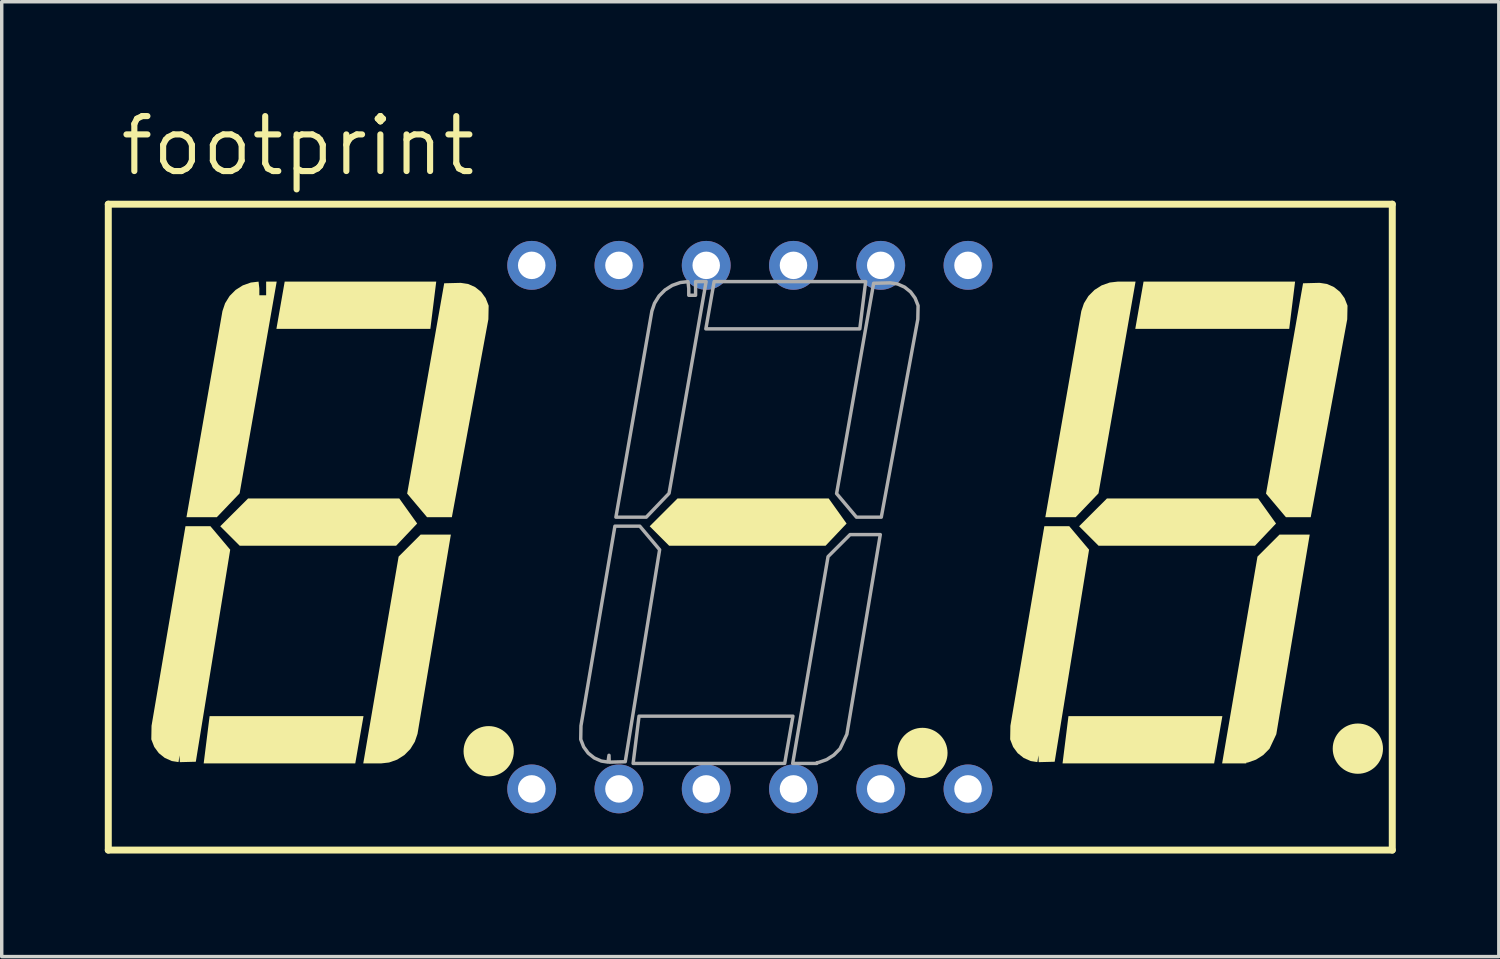
<source format=kicad_pcb>
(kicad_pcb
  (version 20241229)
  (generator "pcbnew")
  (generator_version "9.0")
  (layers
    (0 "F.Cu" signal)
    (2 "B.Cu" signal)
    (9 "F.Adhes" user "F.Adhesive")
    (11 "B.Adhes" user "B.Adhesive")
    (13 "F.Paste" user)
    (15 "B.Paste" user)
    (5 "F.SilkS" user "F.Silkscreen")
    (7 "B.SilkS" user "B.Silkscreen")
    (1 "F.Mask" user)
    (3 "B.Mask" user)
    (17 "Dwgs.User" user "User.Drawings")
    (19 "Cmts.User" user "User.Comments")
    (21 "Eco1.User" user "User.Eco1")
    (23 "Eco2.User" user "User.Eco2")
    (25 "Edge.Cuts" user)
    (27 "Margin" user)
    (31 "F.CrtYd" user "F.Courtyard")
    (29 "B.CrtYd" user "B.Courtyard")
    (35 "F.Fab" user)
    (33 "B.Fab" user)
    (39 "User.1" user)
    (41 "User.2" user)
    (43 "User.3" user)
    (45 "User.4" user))
  (footprint "footprint"
    (layer "F.Cu")
    (at 18.777 12.294)
    (property "Reference" "footprint" (at -18.415 -10.16 0) (layer "F.SilkS") (effects (font (size 1.6 1.6) (thickness 0.178)) (justify left bottom)))
    (fp_line (start -18.675 -9.4) (end 18.7 -9.4) (stroke (width 0.203) (type solid)) (layer "F.SilkS"))
    (fp_line (start -18.675 9.4) (end -18.675 -9.4) (stroke (width 0.203) (type solid)) (layer "F.SilkS"))
    (fp_line (start 18.7 -9.4) (end 18.7 9.4) (stroke (width 0.203) (type solid)) (layer "F.SilkS"))
    (fp_line (start 18.7 9.4) (end -18.675 9.4) (stroke (width 0.203) (type solid)) (layer "F.SilkS"))
    (fp_circle (center -7.602 6.523) (end -7.236 6.523) (stroke (width 0.731) (type solid)) (fill yes) (layer "F.SilkS"))
    (fp_circle (center 5.023 6.573) (end 5.389 6.573) (stroke (width 0.731) (type solid)) (fill yes) (layer "F.SilkS"))
    (fp_circle (center 17.698 6.448) (end 18.064 6.448) (stroke (width 0.731) (type solid)) (fill yes) (layer "F.SilkS"))
    (fp_poly (pts (xy -11.486 6.878) (xy -15.898 6.878) (xy -15.726 5.502) (xy -11.246 5.502)) (stroke (width 0) (type solid)) (fill yes) (layer "F.SilkS"))
    (fp_poly (pts (xy -9.3 -5.771) (xy -13.781 -5.771) (xy -13.54 -7.147) (xy -9.129 -7.147)) (stroke (width 0) (type solid)) (fill yes) (layer "F.SilkS"))
    (fp_poly (pts (xy 13.514 6.878) (xy 9.102 6.878) (xy 9.274 5.502) (xy 13.754 5.502)) (stroke (width 0) (type solid)) (fill yes) (layer "F.SilkS"))
    (fp_poly (pts (xy 15.7 -5.771) (xy 11.219 -5.771) (xy 11.46 -7.147) (xy 15.871 -7.147)) (stroke (width 0) (type solid)) (fill yes) (layer "F.SilkS"))
    (fp_poly (pts (xy -9.684 -0.105) (xy -10.296 0.541) (xy -14.85 0.541) (xy -15.416 -0.025) (xy -14.605 -0.835) (xy -10.205 -0.835)) (stroke (width 0) (type solid)) (fill yes) (layer "F.SilkS"))
    (fp_poly (pts (xy 2.816 -0.105) (xy 2.204 0.541) (xy -2.35 0.541) (xy -2.916 -0.025) (xy -2.105 -0.835) (xy 2.295 -0.835)) (stroke (width 0) (type solid)) (fill yes) (layer "F.SilkS"))
    (fp_poly (pts (xy 15.316 -0.105) (xy 14.704 0.541) (xy 10.15 0.541) (xy 9.584 -0.025) (xy 10.395 -0.835) (xy 14.795 -0.835)) (stroke (width 0) (type solid)) (fill yes) (layer "F.SilkS"))
    (fp_poly (pts (xy -9.674 6.018) (xy -9.752 6.247) (xy -9.883 6.459) (xy -10.057 6.635) (xy -10.267 6.768) (xy -10.501 6.851) (xy -10.737 6.878) (xy -11.253 6.878) (xy -10.224 0.858) (xy -9.583 0.217) (xy -8.703 0.217)) (stroke (width 0) (type solid)) (fill yes) (layer "F.SilkS"))
    (fp_poly (pts (xy 10.148 -0.983) (xy 9.485 -0.29) (xy 8.601 -0.29) (xy 9.648 -6.288) (xy 9.725 -6.516) (xy 9.856 -6.728) (xy 10.031 -6.904) (xy 10.24 -7.037) (xy 10.475 -7.12) (xy 10.71 -7.147) (xy 11.227 -7.147)) (stroke (width 0) (type solid)) (fill yes) (layer "F.SilkS"))
    (fp_poly (pts (xy 15.324 6.029) (xy 15.126 6.45) (xy 14.943 6.635) (xy 14.733 6.768) (xy 14.499 6.851) (xy 14.451 6.856) (xy 14.451 6.878) (xy 13.747 6.878) (xy 14.776 0.858) (xy 15.417 0.217) (xy 16.297 0.217)) (stroke (width 0) (type solid)) (fill yes) (layer "F.SilkS"))
    (fp_poly (pts (xy 16.799 -7.078) (xy 17.003 -6.988) (xy 17.178 -6.848) (xy 17.31 -6.667) (xy 17.397 -6.447) (xy 17.389 -6.051) (xy 16.326 -0.29) (xy 15.603 -0.29) (xy 15.025 -0.976) (xy 16.103 -7.098) (xy 16.586 -7.111)) (stroke (width 0) (type solid)) (fill yes) (layer "F.SilkS"))
    (fp_poly (pts (xy -8.201 -7.078) (xy -7.997 -6.988) (xy -7.822 -6.848) (xy -7.69 -6.667) (xy -7.603 -6.447) (xy -7.611 -6.051) (xy -8.674 -0.29) (xy -9.397 -0.29) (xy -9.975 -0.976) (xy -8.897 -7.098) (xy -8.43 -7.11) (xy -8.412 -7.11)) (stroke (width 0) (type solid)) (fill yes) (layer "F.SilkS"))
    (fp_poly (pts (xy -15.126 0.657) (xy -16.127 6.829) (xy -16.594 6.841) (xy -16.6 6.642) (xy -16.63 6.839) (xy -16.825 6.809) (xy -17.03 6.718) (xy -17.205 6.578) (xy -17.337 6.398) (xy -17.423 6.178) (xy -17.416 5.783) (xy -16.428 -0.028) (xy -15.703 -0.028)) (stroke (width 0) (type solid)) (fill yes) (layer "F.SilkS"))
    (fp_poly (pts (xy 9.874 0.657) (xy 8.873 6.829) (xy 8.406 6.841) (xy 8.4 6.642) (xy 8.37 6.839) (xy 8.175 6.809) (xy 7.97 6.718) (xy 7.795 6.578) (xy 7.663 6.398) (xy 7.577 6.178) (xy 7.584 5.783) (xy 8.572 -0.028) (xy 9.297 -0.028)) (stroke (width 0) (type solid)) (fill yes) (layer "F.SilkS"))
    (fp_poly (pts (xy -14.852 -0.983) (xy -15.515 -0.29) (xy -16.399 -0.29) (xy -15.352 -6.288) (xy -15.275 -6.516) (xy -15.144 -6.728) (xy -14.969 -6.904) (xy -14.76 -7.037) (xy -14.525 -7.12) (xy -14.301 -7.146) (xy -14.278 -6.948) (xy -14.278 -6.749) (xy -14.08 -6.749) (xy -14.08 -7.147) (xy -13.773 -7.147)) (stroke (width 0) (type solid)) (fill yes) (layer "F.SilkS"))
    (fp_poly (pts (xy 1.014 6.878) (xy -3.398 6.878) (xy -3.226 5.502) (xy 1.254 5.502)) (stroke (width 0.1) (type solid)) (fill no) (layer "F.Fab"))
    (fp_poly (pts (xy 3.2 -5.771) (xy -1.281 -5.771) (xy -1.04 -7.147) (xy 3.371 -7.147)) (stroke (width 0.1) (type solid)) (fill no) (layer "F.Fab"))
    (fp_poly (pts (xy 2.824 6.029) (xy 2.626 6.45) (xy 2.443 6.635) (xy 2.233 6.768) (xy 1.999 6.851) (xy 1.951 6.856) (xy 1.951 6.878) (xy 1.247 6.878) (xy 2.276 0.858) (xy 2.917 0.217) (xy 3.797 0.217)) (stroke (width 0.1) (type solid)) (fill no) (layer "F.Fab"))
    (fp_poly (pts (xy 4.299 -7.078) (xy 4.503 -6.988) (xy 4.678 -6.848) (xy 4.81 -6.667) (xy 4.897 -6.447) (xy 4.889 -6.051) (xy 3.826 -0.29) (xy 3.103 -0.29) (xy 2.525 -0.976) (xy 3.603 -7.098) (xy 4.086 -7.111)) (stroke (width 0.1) (type solid)) (fill no) (layer "F.Fab"))
    (fp_poly (pts (xy -2.626 0.657) (xy -3.627 6.829) (xy -4.094 6.841) (xy -4.1 6.642) (xy -4.13 6.839) (xy -4.325 6.809) (xy -4.53 6.718) (xy -4.705 6.578) (xy -4.837 6.398) (xy -4.923 6.178) (xy -4.916 5.783) (xy -3.928 -0.028) (xy -3.203 -0.028)) (stroke (width 0.1) (type solid)) (fill no) (layer "F.Fab"))
    (fp_poly (pts (xy -2.352 -0.983) (xy -3.015 -0.29) (xy -3.899 -0.29) (xy -2.852 -6.288) (xy -2.775 -6.516) (xy -2.644 -6.728) (xy -2.469 -6.904) (xy -2.26 -7.037) (xy -2.025 -7.12) (xy -1.801 -7.146) (xy -1.778 -6.948) (xy -1.778 -6.749) (xy -1.58 -6.749) (xy -1.58 -7.147) (xy -1.273 -7.147)) (stroke (width 0.1) (type solid)) (fill no) (layer "F.Fab"))
    (pad "1" thru_hole circle (at -6.35 7.62) (size 1.422 1.422) (drill 0.8) (layers "*.Cu" "*.Mask"))
    (pad "2" thru_hole circle (at -3.81 7.62) (size 1.422 1.422) (drill 0.8) (layers "*.Cu" "*.Mask"))
    (pad "3" thru_hole circle (at -1.27 7.62) (size 1.422 1.422) (drill 0.8) (layers "*.Cu" "*.Mask"))
    (pad "4" thru_hole circle (at 1.27 7.62) (size 1.422 1.422) (drill 0.8) (layers "*.Cu" "*.Mask"))
    (pad "5" thru_hole circle (at 3.81 7.62) (size 1.422 1.422) (drill 0.8) (layers "*.Cu" "*.Mask"))
    (pad "6" thru_hole circle (at 6.35 7.62) (size 1.422 1.422) (drill 0.8) (layers "*.Cu" "*.Mask"))
    (pad "7" thru_hole circle (at 6.35 -7.62 180) (size 1.422 1.422) (drill 0.8) (layers "*.Cu" "*.Mask"))
    (pad "8" thru_hole circle (at 3.81 -7.62 180) (size 1.422 1.422) (drill 0.8) (layers "*.Cu" "*.Mask"))
    (pad "9" thru_hole circle (at 1.27 -7.62 180) (size 1.422 1.422) (drill 0.8) (layers "*.Cu" "*.Mask"))
    (pad "10" thru_hole circle (at -1.27 -7.62 180) (size 1.422 1.422) (drill 0.8) (layers "*.Cu" "*.Mask"))
    (pad "11" thru_hole circle (at -3.81 -7.62 180) (size 1.422 1.422) (drill 0.8) (layers "*.Cu" "*.Mask"))
    (pad "12" thru_hole circle (at -6.35 -7.62 180) (size 1.422 1.422) (drill 0.8) (layers "*.Cu" "*.Mask")))
  (gr_rect
    (start -3 -3)
    (end 40.578 24.795)
    (stroke (width 0.1) (type default))
    (fill no)
    (layer "Edge.Cuts")))
</source>
